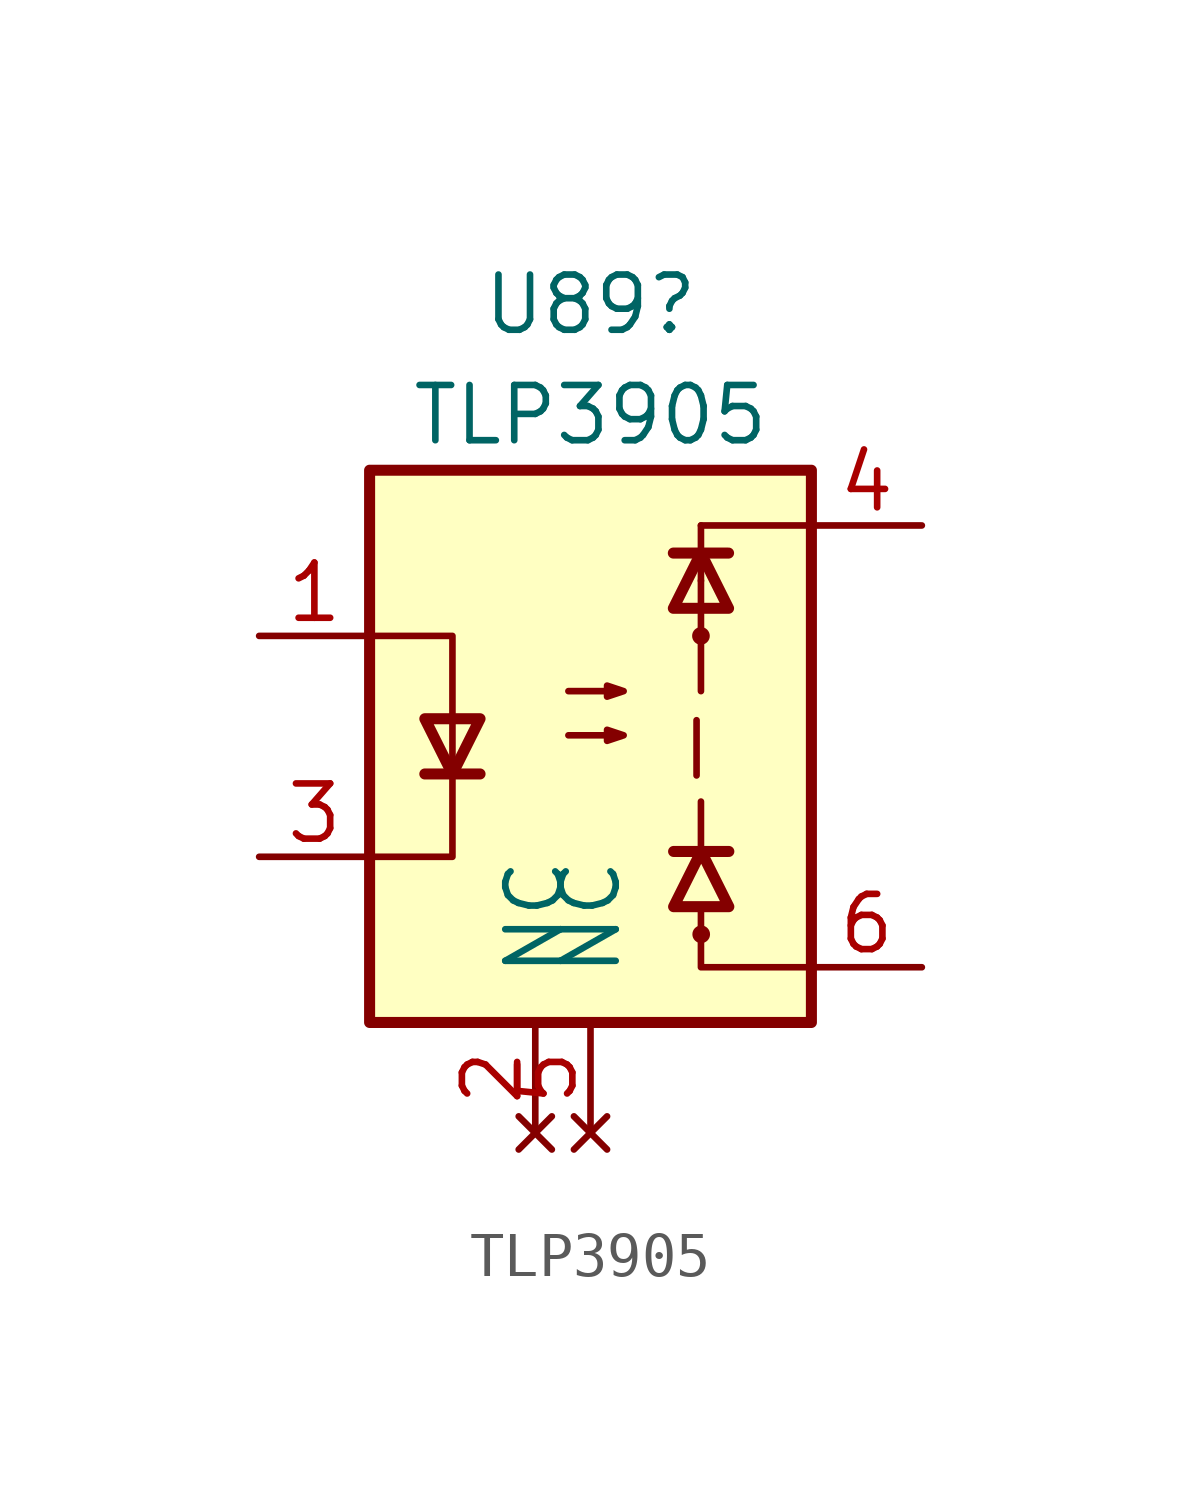
<source format=kicad_sym>
(kicad_symbol_lib
  (version 20220914)
  (generator kicad_symbol_editor)
  (symbol "TLP3905"
    (pin_names
      (offset 1.016))
    (property "Reference" "U89"
      (at 0 10.16 0)
      (effects (font (size 1.27 1.27))))
    (property "Value" "TLP3905"
      (at 0 7.62 0)
      (effects (font (size 1.27 1.27))))
    (symbol "TLP3905_0_1"
      (rectangle (start -5.08 6.35) (end 5.08 -6.35) (stroke (width 0.254) (type default)) (fill (type background)))
      (polyline (pts (xy -3.81 -0.635) (xy -2.54 -0.635)) (stroke (width 0.254) (type default)) (fill (type none)))
      (polyline (pts (xy 1.905 4.445) (xy 3.175 4.445)) (stroke (width 0.254) (type default)) (fill (type none)))
      (polyline (pts (xy 1.911 -2.417) (xy 3.181 -2.417)) (stroke (width 0.254) (type default)) (fill (type none)))
      (polyline (pts (xy 2.439 -0.669) (xy 2.439 0.601)) (stroke (width 0) (type default)) (fill (type none)))
      (polyline (pts (xy 2.54 -2.54) (xy 2.54 -1.27)) (stroke (width 0) (type default)) (fill (type none)))
      (polyline (pts (xy 2.54 1.27) (xy 2.54 3.81)) (stroke (width 0) (type default)) (fill (type none)))
      (polyline (pts (xy 2.54 5.08) (xy 2.54 3.81)) (stroke (width 0) (type default)) (fill (type none)))
      (polyline (pts (xy 2.54 5.08) (xy 5.08 5.08)) (stroke (width 0) (type default)) (fill (type none)))
      (polyline (pts (xy 2.54 -3.81) (xy 2.54 -5.08) (xy 5.08 -5.08)) (stroke (width 0) (type default)) (fill (type none)))
      (polyline (pts (xy -5.08 2.54) (xy -3.175 2.54) (xy -3.175 -2.54) (xy -5.08 -2.54)) (stroke (width 0) (type default)) (fill (type none)))
      (polyline (pts (xy -3.175 -0.635) (xy -3.81 0.635) (xy -2.54 0.635) (xy -3.175 -0.635)) (stroke (width 0.254) (type default)) (fill (type none)))
      (polyline (pts (xy 2.54 4.445) (xy 1.905 3.175) (xy 3.175 3.175) (xy 2.54 4.445)) (stroke (width 0.254) (type default)) (fill (type none)))
      (polyline (pts (xy 2.546 -2.417) (xy 1.911 -3.687) (xy 3.181 -3.687) (xy 2.546 -2.417)) (stroke (width 0.254) (type default)) (fill (type none)))
      (polyline (pts (xy -0.508 0.254) (xy 0.762 0.254) (xy 0.381 0.127) (xy 0.381 0.381) (xy 0.762 0.254)) (stroke (width 0) (type default)) (fill (type none)))
      (polyline (pts (xy -0.508 1.27) (xy 0.762 1.27) (xy 0.381 1.143) (xy 0.381 1.397) (xy 0.762 1.27)) (stroke (width 0) (type default)) (fill (type none)))
      (circle (center 2.54 2.54) (radius 0.127) (stroke (width 0) (type default)) (fill (type none)))
      (circle (center 2.546 -4.322) (radius 0.127) (stroke (width 0) (type default)) (fill (type none))))
    (symbol "TLP3905_1_1"
      (pin passive line (at -7.62 2.54 0) (length 2.54) (name "~" (effects (font (size 1.27 1.27)))) (number "1" (effects (font (size 1.27 1.27)))))
      (pin no_connect line (at -1.27 -8.89 90) (length 2.54) (name "NC" (effects (font (size 1.27 1.27)))) (number "2" (effects (font (size 1.27 1.27)))))
      (pin passive line (at -7.62 -2.54 0) (length 2.54) (name "~" (effects (font (size 1.27 1.27)))) (number "3" (effects (font (size 1.27 1.27)))))
      (pin passive line (at 7.62 5.08 180) (length 2.54) (name "~" (effects (font (size 1.27 1.27)))) (number "4" (effects (font (size 1.27 1.27)))))
      (pin no_connect line (at 0 -8.89 90) (length 2.54) (name "NC" (effects (font (size 1.27 1.27)))) (number "5" (effects (font (size 1.27 1.27)))))
      (pin passive line (at 7.62 -5.08 180) (length 2.54) (name "~" (effects (font (size 1.27 1.27)))) (number "6" (effects (font (size 1.27 1.27))))))))
</source>
